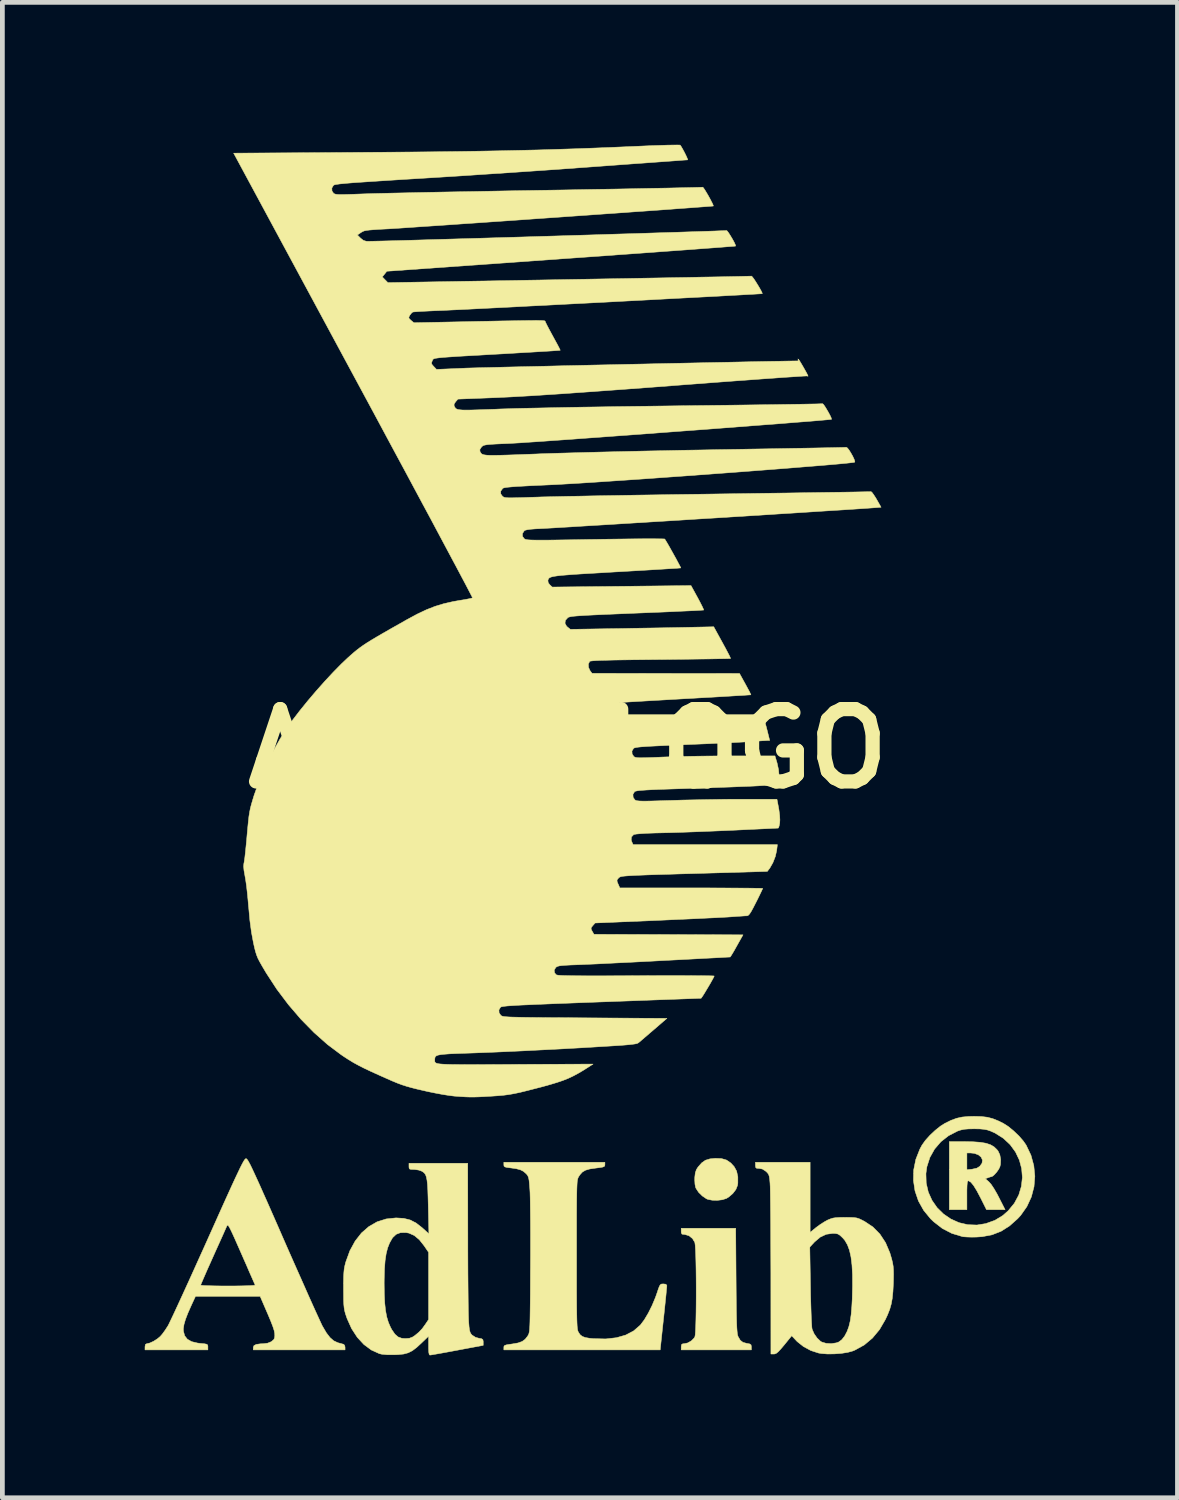
<source format=kicad_pcb>
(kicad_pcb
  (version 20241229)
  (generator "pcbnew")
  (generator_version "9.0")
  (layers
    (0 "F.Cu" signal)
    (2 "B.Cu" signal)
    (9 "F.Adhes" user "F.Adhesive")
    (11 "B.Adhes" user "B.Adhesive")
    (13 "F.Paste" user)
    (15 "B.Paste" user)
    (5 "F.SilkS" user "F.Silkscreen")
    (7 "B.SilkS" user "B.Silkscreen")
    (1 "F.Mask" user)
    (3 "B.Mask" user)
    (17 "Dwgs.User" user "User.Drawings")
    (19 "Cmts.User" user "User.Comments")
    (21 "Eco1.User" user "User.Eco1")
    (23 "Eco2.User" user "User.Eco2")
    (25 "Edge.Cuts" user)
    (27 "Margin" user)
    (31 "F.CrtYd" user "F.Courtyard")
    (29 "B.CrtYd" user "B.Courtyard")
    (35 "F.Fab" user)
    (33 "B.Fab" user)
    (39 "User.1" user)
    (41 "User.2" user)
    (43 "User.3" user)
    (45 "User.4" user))
  (footprint "ADLIB_LOGO"
    (layer "F.Cu")
    (at 8.913 12.725)
    (property "Reference" "ADLIB_LOGO" (at 0 0 0) (layer "F.SilkS") (effects (font (size 1.524 1.524) (thickness 0.3))))
    (attr through_hole)
    (fp_poly (pts (xy 3.239 8.636) (xy 3.345 8.667) (xy 3.435 8.729) (xy 3.505 8.805) (xy 3.557 8.9) (xy 3.583 9.02) (xy 3.583 9.153) (xy 3.576 9.201) (xy 3.542 9.287) (xy 3.477 9.372) (xy 3.392 9.445) (xy 3.344 9.475) (xy 3.257 9.503) (xy 3.151 9.516) (xy 3.043 9.513) (xy 2.951 9.495) (xy 2.922 9.483) (xy 2.834 9.423) (xy 2.756 9.346) (xy 2.703 9.265) (xy 2.692 9.239) (xy 2.68 9.176) (xy 2.675 9.092) (xy 2.676 9.028) (xy 2.687 8.936) (xy 2.71 8.868) (xy 2.744 8.815) (xy 2.821 8.727) (xy 2.9 8.671) (xy 2.995 8.642) (xy 3.107 8.631) (xy 3.239 8.636)) (stroke (width 0.01) (type solid)) (fill yes) (layer "F.SilkS"))
    (fp_poly (pts (xy 3.546 11.206) (xy 3.548 11.459) (xy 3.55 11.673) (xy 3.552 11.85) (xy 3.555 11.994) (xy 3.558 12.11) (xy 3.562 12.2) (xy 3.567 12.268) (xy 3.572 12.319) (xy 3.578 12.354) (xy 3.586 12.379) (xy 3.588 12.385) (xy 3.633 12.463) (xy 3.689 12.507) (xy 3.771 12.53) (xy 3.78 12.531) (xy 3.836 12.542) (xy 3.861 12.561) (xy 3.868 12.598) (xy 3.868 12.605) (xy 3.868 12.667) (xy 2.39 12.667) (xy 2.39 12.602) (xy 2.396 12.556) (xy 2.421 12.539) (xy 2.45 12.537) (xy 2.527 12.52) (xy 2.605 12.475) (xy 2.663 12.416) (xy 2.678 12.39) (xy 2.685 12.352) (xy 2.691 12.275) (xy 2.696 12.166) (xy 2.7 12.031) (xy 2.703 11.875) (xy 2.705 11.704) (xy 2.706 11.523) (xy 2.706 11.338) (xy 2.705 11.155) (xy 2.703 10.98) (xy 2.7 10.817) (xy 2.696 10.673) (xy 2.691 10.553) (xy 2.685 10.463) (xy 2.678 10.409) (xy 2.676 10.401) (xy 2.627 10.32) (xy 2.553 10.261) (xy 2.466 10.235) (xy 2.45 10.234) (xy 2.407 10.228) (xy 2.392 10.2) (xy 2.39 10.169) (xy 2.39 10.104) (xy 3.538 10.104) (xy 3.546 11.206)) (stroke (width 0.01) (type solid)) (fill yes) (layer "F.SilkS"))
    (fp_poly (pts (xy 8.541 8.282) (xy 8.692 8.293) (xy 8.812 8.313) (xy 8.907 8.345) (xy 8.982 8.389) (xy 9.043 8.448) (xy 9.066 8.477) (xy 9.103 8.555) (xy 9.121 8.654) (xy 9.117 8.756) (xy 9.105 8.807) (xy 9.079 8.86) (xy 9.038 8.919) (xy 8.991 8.972) (xy 8.949 9.008) (xy 8.927 9.017) (xy 8.897 9.024) (xy 8.855 9.039) (xy 8.798 9.06) (xy 8.874 9.127) (xy 8.922 9.182) (xy 8.981 9.271) (xy 9.049 9.389) (xy 9.082 9.453) (xy 9.214 9.712) (xy 8.822 9.712) (xy 8.7 9.468) (xy 8.619 9.315) (xy 8.55 9.203) (xy 8.492 9.133) (xy 8.445 9.105) (xy 8.437 9.104) (xy 8.425 9.114) (xy 8.417 9.146) (xy 8.412 9.206) (xy 8.409 9.3) (xy 8.409 9.408) (xy 8.409 9.712) (xy 8.039 9.712) (xy 8.039 8.517) (xy 8.409 8.517) (xy 8.409 8.871) (xy 8.518 8.86) (xy 8.62 8.837) (xy 8.681 8.799) (xy 8.728 8.733) (xy 8.737 8.667) (xy 8.71 8.607) (xy 8.653 8.558) (xy 8.568 8.526) (xy 8.482 8.517) (xy 8.409 8.517) (xy 8.039 8.517) (xy 8.039 8.278) (xy 8.353 8.278) (xy 8.541 8.282)) (stroke (width 0.01) (type solid)) (fill yes) (layer "F.SilkS"))
    (fp_poly (pts (xy 8.714 7.75) (xy 8.84 7.765) (xy 8.955 7.795) (xy 9.074 7.843) (xy 9.179 7.895) (xy 9.282 7.961) (xy 9.394 8.053) (xy 9.504 8.158) (xy 9.598 8.266) (xy 9.658 8.353) (xy 9.759 8.565) (xy 9.819 8.785) (xy 9.841 9.008) (xy 9.823 9.23) (xy 9.767 9.444) (xy 9.673 9.647) (xy 9.542 9.833) (xy 9.478 9.903) (xy 9.307 10.055) (xy 9.13 10.167) (xy 8.941 10.241) (xy 8.732 10.281) (xy 8.615 10.289) (xy 8.511 10.291) (xy 8.414 10.288) (xy 8.337 10.283) (xy 8.311 10.278) (xy 8.092 10.212) (xy 7.893 10.109) (xy 7.709 9.966) (xy 7.645 9.905) (xy 7.498 9.726) (xy 7.388 9.529) (xy 7.316 9.318) (xy 7.283 9.099) (xy 7.286 8.952) (xy 7.546 8.952) (xy 7.552 9.153) (xy 7.596 9.343) (xy 7.674 9.516) (xy 7.782 9.671) (xy 7.916 9.803) (xy 8.071 9.909) (xy 8.243 9.986) (xy 8.428 10.029) (xy 8.621 10.036) (xy 8.806 10.006) (xy 8.999 9.937) (xy 9.167 9.835) (xy 9.278 9.737) (xy 9.409 9.578) (xy 9.502 9.404) (xy 9.557 9.221) (xy 9.578 9.035) (xy 9.563 8.848) (xy 9.515 8.668) (xy 9.434 8.498) (xy 9.321 8.343) (xy 9.178 8.209) (xy 9.006 8.1) (xy 8.911 8.057) (xy 8.841 8.033) (xy 8.769 8.019) (xy 8.682 8.011) (xy 8.566 8.009) (xy 8.561 8.009) (xy 8.443 8.011) (xy 8.355 8.018) (xy 8.283 8.033) (xy 8.213 8.056) (xy 8.211 8.057) (xy 8.023 8.154) (xy 7.861 8.281) (xy 7.728 8.436) (xy 7.629 8.613) (xy 7.566 8.808) (xy 7.546 8.952) (xy 7.286 8.952) (xy 7.288 8.876) (xy 7.333 8.653) (xy 7.418 8.437) (xy 7.463 8.353) (xy 7.534 8.253) (xy 7.631 8.145) (xy 7.742 8.041) (xy 7.853 7.952) (xy 7.943 7.895) (xy 8.075 7.83) (xy 8.192 7.787) (xy 8.308 7.761) (xy 8.439 7.749) (xy 8.561 7.746) (xy 8.714 7.75)) (stroke (width 0.01) (type solid)) (fill yes) (layer "F.SilkS"))
    (fp_poly (pts (xy 0.782 8.763) (xy 0.779 8.788) (xy 0.765 8.804) (xy 0.732 8.816) (xy 0.671 8.826) (xy 0.585 8.837) (xy 0.462 8.855) (xy 0.373 8.881) (xy 0.307 8.92) (xy 0.256 8.977) (xy 0.228 9.019) (xy 0.22 9.035) (xy 0.213 9.052) (xy 0.207 9.074) (xy 0.201 9.105) (xy 0.197 9.148) (xy 0.194 9.205) (xy 0.191 9.28) (xy 0.189 9.375) (xy 0.187 9.495) (xy 0.186 9.641) (xy 0.185 9.818) (xy 0.185 10.027) (xy 0.185 10.273) (xy 0.185 10.559) (xy 0.185 10.658) (xy 0.185 10.957) (xy 0.185 11.217) (xy 0.185 11.439) (xy 0.186 11.626) (xy 0.187 11.783) (xy 0.189 11.911) (xy 0.191 12.015) (xy 0.194 12.097) (xy 0.197 12.159) (xy 0.201 12.206) (xy 0.206 12.241) (xy 0.212 12.265) (xy 0.219 12.283) (xy 0.223 12.292) (xy 0.259 12.346) (xy 0.306 12.383) (xy 0.371 12.407) (xy 0.465 12.423) (xy 0.543 12.43) (xy 0.8 12.436) (xy 1.026 12.41) (xy 1.221 12.354) (xy 1.387 12.267) (xy 1.523 12.149) (xy 1.532 12.14) (xy 1.613 12.032) (xy 1.696 11.892) (xy 1.776 11.732) (xy 1.847 11.562) (xy 1.882 11.463) (xy 1.911 11.375) (xy 1.933 11.32) (xy 1.953 11.291) (xy 1.976 11.279) (xy 2.009 11.277) (xy 2.014 11.277) (xy 2.066 11.283) (xy 2.086 11.306) (xy 2.087 11.315) (xy 2.085 11.345) (xy 2.078 11.413) (xy 2.069 11.513) (xy 2.056 11.64) (xy 2.041 11.786) (xy 2.024 11.948) (xy 2.017 12.01) (xy 1.947 12.667) (xy -1.347 12.667) (xy -1.347 12.616) (xy -1.344 12.59) (xy -1.329 12.573) (xy -1.294 12.561) (xy -1.229 12.55) (xy -1.17 12.542) (xy -1.05 12.521) (xy -0.963 12.49) (xy -0.898 12.443) (xy -0.845 12.376) (xy -0.837 12.361) (xy -0.828 12.345) (xy -0.82 12.326) (xy -0.814 12.301) (xy -0.808 12.267) (xy -0.804 12.221) (xy -0.8 12.158) (xy -0.797 12.077) (xy -0.795 11.973) (xy -0.793 11.843) (xy -0.791 11.683) (xy -0.789 11.492) (xy -0.788 11.264) (xy -0.787 10.997) (xy -0.786 10.918) (xy -0.785 10.669) (xy -0.785 10.426) (xy -0.785 10.194) (xy -0.786 9.977) (xy -0.788 9.779) (xy -0.79 9.607) (xy -0.792 9.464) (xy -0.795 9.354) (xy -0.799 9.284) (xy -0.799 9.283) (xy -0.808 9.17) (xy -0.816 9.091) (xy -0.827 9.038) (xy -0.841 9.001) (xy -0.862 8.971) (xy -0.88 8.952) (xy -0.934 8.905) (xy -1 8.872) (xy -1.087 8.849) (xy -1.206 8.832) (xy -1.211 8.832) (xy -1.286 8.822) (xy -1.326 8.811) (xy -1.344 8.793) (xy -1.347 8.765) (xy -1.347 8.713) (xy 0.782 8.713) (xy 0.782 8.763)) (stroke (width 0.01) (type solid)) (fill yes) (layer "F.SilkS"))
    (fp_poly (pts (xy 5.106 10.191) (xy 5.231 10.089) (xy 5.314 10.028) (xy 5.406 9.969) (xy 5.475 9.931) (xy 5.533 9.907) (xy 5.586 9.89) (xy 5.647 9.881) (xy 5.728 9.876) (xy 5.839 9.875) (xy 5.845 9.875) (xy 5.953 9.876) (xy 6.03 9.879) (xy 6.087 9.887) (xy 6.138 9.903) (xy 6.193 9.929) (xy 6.253 9.96) (xy 6.429 10.077) (xy 6.576 10.226) (xy 6.695 10.407) (xy 6.786 10.621) (xy 6.825 10.754) (xy 6.844 10.833) (xy 6.856 10.905) (xy 6.862 10.981) (xy 6.864 11.072) (xy 6.862 11.189) (xy 6.86 11.264) (xy 6.851 11.438) (xy 6.837 11.579) (xy 6.815 11.7) (xy 6.783 11.813) (xy 6.737 11.929) (xy 6.692 12.026) (xy 6.568 12.239) (xy 6.419 12.418) (xy 6.246 12.563) (xy 6.05 12.671) (xy 6.004 12.69) (xy 5.899 12.719) (xy 5.766 12.74) (xy 5.619 12.751) (xy 5.473 12.753) (xy 5.342 12.743) (xy 5.283 12.733) (xy 5.12 12.68) (xy 4.965 12.596) (xy 4.833 12.491) (xy 4.815 12.472) (xy 4.718 12.369) (xy 4.561 12.562) (xy 4.488 12.648) (xy 4.435 12.705) (xy 4.395 12.738) (xy 4.362 12.752) (xy 4.342 12.754) (xy 4.28 12.754) (xy 4.279 11.054) (xy 4.278 10.781) (xy 4.277 10.516) (xy 4.277 10.501) (xy 5.099 10.501) (xy 5.113 11.329) (xy 5.116 11.519) (xy 5.121 11.698) (xy 5.126 11.859) (xy 5.131 11.998) (xy 5.137 12.11) (xy 5.142 12.189) (xy 5.148 12.23) (xy 5.148 12.231) (xy 5.19 12.327) (xy 5.252 12.416) (xy 5.322 12.483) (xy 5.352 12.502) (xy 5.444 12.529) (xy 5.552 12.535) (xy 5.657 12.519) (xy 5.706 12.502) (xy 5.773 12.453) (xy 5.833 12.377) (xy 5.838 12.368) (xy 5.886 12.276) (xy 5.923 12.174) (xy 5.951 12.058) (xy 5.971 11.918) (xy 5.985 11.747) (xy 5.993 11.603) (xy 6 11.324) (xy 5.999 11.084) (xy 5.988 10.88) (xy 5.967 10.709) (xy 5.935 10.567) (xy 5.892 10.452) (xy 5.838 10.359) (xy 5.791 10.305) (xy 5.735 10.252) (xy 5.691 10.225) (xy 5.641 10.214) (xy 5.583 10.212) (xy 5.446 10.231) (xy 5.32 10.29) (xy 5.202 10.39) (xy 5.191 10.401) (xy 5.099 10.501) (xy 4.277 10.501) (xy 4.276 10.264) (xy 4.275 10.028) (xy 4.273 9.812) (xy 4.271 9.62) (xy 4.269 9.456) (xy 4.267 9.323) (xy 4.265 9.225) (xy 4.262 9.167) (xy 4.262 9.162) (xy 4.254 9.068) (xy 4.244 9.007) (xy 4.229 8.966) (xy 4.205 8.934) (xy 4.177 8.906) (xy 4.1 8.856) (xy 4.03 8.843) (xy 3.979 8.84) (xy 3.958 8.821) (xy 3.954 8.778) (xy 3.954 8.713) (xy 5.106 8.713) (xy 5.106 10.191)) (stroke (width 0.01) (type solid)) (fill yes) (layer "F.SilkS"))
    (fp_poly (pts (xy -2.106 10.294) (xy -2.106 10.557) (xy -2.105 10.812) (xy -2.104 11.056) (xy -2.102 11.284) (xy -2.1 11.492) (xy -2.098 11.676) (xy -2.096 11.831) (xy -2.093 11.954) (xy -2.09 12.04) (xy -2.088 12.077) (xy -2.08 12.18) (xy -2.07 12.251) (xy -2.057 12.298) (xy -2.038 12.331) (xy -2.017 12.355) (xy -1.944 12.402) (xy -1.872 12.422) (xy -1.815 12.432) (xy -1.789 12.451) (xy -1.782 12.487) (xy -1.782 12.503) (xy -1.782 12.571) (xy -2.33 12.674) (xy -2.48 12.702) (xy -2.616 12.727) (xy -2.733 12.748) (xy -2.825 12.764) (xy -2.884 12.774) (xy -2.906 12.776) (xy -2.92 12.762) (xy -2.929 12.717) (xy -2.933 12.636) (xy -2.933 12.577) (xy -2.933 12.378) (xy -3.08 12.519) (xy -3.185 12.616) (xy -3.275 12.684) (xy -3.362 12.728) (xy -3.457 12.754) (xy -3.573 12.766) (xy -3.65 12.769) (xy -3.803 12.769) (xy -3.918 12.758) (xy -3.97 12.746) (xy -4.141 12.668) (xy -4.297 12.552) (xy -4.436 12.401) (xy -4.555 12.218) (xy -4.649 12.009) (xy -4.666 11.961) (xy -4.687 11.897) (xy -4.702 11.839) (xy -4.712 11.781) (xy -4.719 11.713) (xy -4.723 11.626) (xy -4.724 11.511) (xy -4.725 11.385) (xy -4.725 11.26) (xy -3.869 11.26) (xy -3.866 11.487) (xy -3.857 11.677) (xy -3.84 11.836) (xy -3.815 11.97) (xy -3.78 12.086) (xy -3.735 12.19) (xy -3.707 12.242) (xy -3.642 12.336) (xy -3.575 12.394) (xy -3.496 12.423) (xy -3.422 12.428) (xy -3.338 12.422) (xy -3.272 12.397) (xy -3.224 12.366) (xy -3.138 12.295) (xy -3.064 12.216) (xy -2.991 12.114) (xy -2.933 12.027) (xy -2.933 10.611) (xy -3.026 10.474) (xy -3.128 10.345) (xy -3.235 10.256) (xy -3.348 10.206) (xy -3.41 10.195) (xy -3.525 10.197) (xy -3.615 10.231) (xy -3.686 10.298) (xy -3.701 10.319) (xy -3.754 10.413) (xy -3.796 10.518) (xy -3.827 10.641) (xy -3.849 10.787) (xy -3.862 10.962) (xy -3.868 11.171) (xy -3.869 11.26) (xy -4.725 11.26) (xy -4.725 11.237) (xy -4.723 11.123) (xy -4.718 11.035) (xy -4.711 10.964) (xy -4.699 10.9) (xy -4.683 10.835) (xy -4.676 10.811) (xy -4.591 10.577) (xy -4.48 10.374) (xy -4.347 10.204) (xy -4.192 10.069) (xy -4.019 9.969) (xy -3.828 9.908) (xy -3.622 9.886) (xy -3.615 9.886) (xy -3.455 9.896) (xy -3.32 9.93) (xy -3.197 9.993) (xy -3.073 10.089) (xy -3.063 10.098) (xy -2.926 10.222) (xy -2.939 9.643) (xy -2.944 9.452) (xy -2.949 9.3) (xy -2.956 9.182) (xy -2.966 9.092) (xy -2.979 9.026) (xy -2.996 8.978) (xy -3.019 8.944) (xy -3.048 8.919) (xy -3.084 8.898) (xy -3.085 8.898) (xy -3.147 8.877) (xy -3.225 8.866) (xy -3.247 8.865) (xy -3.308 8.863) (xy -3.337 8.853) (xy -3.345 8.825) (xy -3.346 8.8) (xy -3.346 8.735) (xy -2.108 8.735) (xy -2.106 10.294)) (stroke (width 0.01) (type solid)) (fill yes) (layer "F.SilkS"))
    (fp_poly (pts (xy -6.77 8.64) (xy -6.757 8.653) (xy -6.74 8.676) (xy -6.719 8.713) (xy -6.691 8.765) (xy -6.656 8.837) (xy -6.613 8.928) (xy -6.56 9.044) (xy -6.496 9.184) (xy -6.421 9.353) (xy -6.332 9.552) (xy -6.23 9.784) (xy -6.112 10.052) (xy -5.997 10.316) (xy -5.883 10.576) (xy -5.772 10.827) (xy -5.665 11.068) (xy -5.565 11.293) (xy -5.473 11.501) (xy -5.39 11.686) (xy -5.317 11.848) (xy -5.256 11.981) (xy -5.209 12.083) (xy -5.178 12.15) (xy -5.167 12.17) (xy -5.086 12.308) (xy -5.009 12.408) (xy -4.932 12.475) (xy -4.849 12.514) (xy -4.84 12.517) (xy -4.777 12.534) (xy -4.73 12.547) (xy -4.72 12.55) (xy -4.7 12.575) (xy -4.693 12.612) (xy -4.693 12.667) (xy -6.627 12.667) (xy -6.627 12.616) (xy -6.612 12.576) (xy -6.563 12.551) (xy -6.478 12.539) (xy -6.417 12.537) (xy -6.324 12.525) (xy -6.245 12.493) (xy -6.193 12.447) (xy -6.18 12.418) (xy -6.173 12.372) (xy -6.175 12.319) (xy -6.188 12.254) (xy -6.215 12.171) (xy -6.257 12.063) (xy -6.315 11.924) (xy -6.336 11.876) (xy -6.482 11.538) (xy -7.844 11.538) (xy -7.932 11.728) (xy -8.005 11.893) (xy -8.056 12.026) (xy -8.087 12.134) (xy -8.1 12.221) (xy -8.098 12.272) (xy -8.072 12.369) (xy -8.015 12.442) (xy -7.925 12.493) (xy -7.799 12.523) (xy -7.734 12.531) (xy -7.655 12.538) (xy -7.61 12.547) (xy -7.589 12.562) (xy -7.583 12.587) (xy -7.583 12.605) (xy -7.583 12.667) (xy -8.908 12.667) (xy -8.908 12.602) (xy -8.9 12.553) (xy -8.873 12.537) (xy -8.87 12.537) (xy -8.807 12.522) (xy -8.727 12.485) (xy -8.647 12.434) (xy -8.587 12.384) (xy -8.539 12.328) (xy -8.483 12.251) (xy -8.43 12.169) (xy -8.428 12.167) (xy -8.406 12.125) (xy -8.368 12.046) (xy -8.315 11.935) (xy -8.249 11.793) (xy -8.171 11.624) (xy -8.083 11.432) (xy -8.024 11.303) (xy -7.735 11.303) (xy -7.714 11.307) (xy -7.656 11.312) (xy -7.565 11.315) (xy -7.448 11.318) (xy -7.31 11.32) (xy -7.158 11.32) (xy -7.005 11.32) (xy -6.868 11.318) (xy -6.752 11.315) (xy -6.663 11.311) (xy -6.606 11.307) (xy -6.587 11.302) (xy -6.597 11.278) (xy -6.623 11.219) (xy -6.662 11.13) (xy -6.712 11.017) (xy -6.77 10.882) (xy -6.836 10.733) (xy -6.876 10.641) (xy -6.954 10.464) (xy -7.016 10.324) (xy -7.065 10.216) (xy -7.102 10.138) (xy -7.13 10.084) (xy -7.15 10.053) (xy -7.164 10.04) (xy -7.174 10.041) (xy -7.182 10.053) (xy -7.183 10.056) (xy -7.199 10.091) (xy -7.229 10.159) (xy -7.272 10.256) (xy -7.326 10.376) (xy -7.388 10.513) (xy -7.455 10.662) (xy -7.472 10.7) (xy -7.538 10.848) (xy -7.599 10.984) (xy -7.651 11.103) (xy -7.692 11.198) (xy -7.721 11.265) (xy -7.734 11.3) (xy -7.735 11.303) (xy -8.024 11.303) (xy -7.986 11.22) (xy -7.882 10.99) (xy -7.772 10.746) (xy -7.657 10.492) (xy -7.584 10.329) (xy -7.449 10.028) (xy -7.331 9.764) (xy -7.228 9.535) (xy -7.139 9.339) (xy -7.063 9.172) (xy -6.999 9.034) (xy -6.945 8.921) (xy -6.902 8.83) (xy -6.867 8.761) (xy -6.839 8.709) (xy -6.818 8.674) (xy -6.801 8.651) (xy -6.789 8.64) (xy -6.78 8.637) (xy -6.77 8.64)) (stroke (width 0.01) (type solid)) (fill yes) (layer "F.SilkS"))
    (fp_poly (pts (xy 2.356 -12.719) (xy 2.369 -12.717) (xy 2.393 -12.682) (xy 2.425 -12.626) (xy 2.46 -12.561) (xy 2.492 -12.496) (xy 2.516 -12.442) (xy 2.527 -12.411) (xy 2.526 -12.407) (xy 2.502 -12.405) (xy 2.437 -12.401) (xy 2.336 -12.393) (xy 2.201 -12.383) (xy 2.035 -12.371) (xy 1.841 -12.357) (xy 1.623 -12.341) (xy 1.383 -12.324) (xy 1.125 -12.305) (xy 0.852 -12.285) (xy 0.594 -12.266) (xy 0.251 -12.241) (xy -0.123 -12.214) (xy -0.518 -12.186) (xy -0.927 -12.158) (xy -1.341 -12.13) (xy -1.752 -12.103) (xy -2.151 -12.076) (xy -2.529 -12.052) (xy -2.879 -12.03) (xy -3.108 -12.016) (xy -3.434 -11.996) (xy -3.719 -11.978) (xy -3.966 -11.962) (xy -4.178 -11.948) (xy -4.357 -11.936) (xy -4.506 -11.926) (xy -4.628 -11.916) (xy -4.725 -11.907) (xy -4.8 -11.9) (xy -4.856 -11.892) (xy -4.895 -11.886) (xy -4.92 -11.879) (xy -4.934 -11.872) (xy -4.936 -11.871) (xy -4.971 -11.814) (xy -4.968 -11.751) (xy -4.935 -11.703) (xy -4.92 -11.693) (xy -4.899 -11.685) (xy -4.866 -11.679) (xy -4.817 -11.676) (xy -4.746 -11.676) (xy -4.649 -11.678) (xy -4.519 -11.682) (xy -4.353 -11.688) (xy -4.3 -11.69) (xy -4.208 -11.693) (xy -4.076 -11.697) (xy -3.907 -11.701) (xy -3.703 -11.706) (xy -3.467 -11.711) (xy -3.203 -11.717) (xy -2.913 -11.723) (xy -2.601 -11.729) (xy -2.269 -11.735) (xy -1.921 -11.741) (xy -1.559 -11.748) (xy -1.186 -11.755) (xy -0.806 -11.761) (xy -0.436 -11.767) (xy -0.063 -11.773) (xy 0.299 -11.78) (xy 0.646 -11.786) (xy 0.977 -11.791) (xy 1.288 -11.797) (xy 1.578 -11.803) (xy 1.845 -11.808) (xy 2.085 -11.812) (xy 2.296 -11.817) (xy 2.477 -11.821) (xy 2.624 -11.824) (xy 2.735 -11.827) (xy 2.809 -11.829) (xy 2.842 -11.831) (xy 2.843 -11.831) (xy 2.858 -11.818) (xy 2.888 -11.774) (xy 2.929 -11.706) (xy 2.967 -11.641) (xy 3.012 -11.558) (xy 3.046 -11.491) (xy 3.065 -11.447) (xy 3.066 -11.434) (xy 3.042 -11.432) (xy 2.978 -11.427) (xy 2.876 -11.419) (xy 2.739 -11.409) (xy 2.57 -11.396) (xy 2.371 -11.382) (xy 2.147 -11.365) (xy 1.898 -11.347) (xy 1.629 -11.328) (xy 1.342 -11.308) (xy 1.04 -11.286) (xy 0.725 -11.264) (xy 0.401 -11.241) (xy 0.07 -11.218) (xy -0.265 -11.194) (xy -0.6 -11.171) (xy -0.934 -11.147) (xy -1.264 -11.124) (xy -1.586 -11.102) (xy -1.897 -11.08) (xy -2.196 -11.06) (xy -2.479 -11.04) (xy -2.743 -11.022) (xy -2.985 -11.006) (xy -3.204 -10.991) (xy -3.395 -10.978) (xy -3.556 -10.967) (xy -3.684 -10.959) (xy -3.776 -10.953) (xy -3.819 -10.951) (xy -3.974 -10.943) (xy -4.091 -10.935) (xy -4.178 -10.928) (xy -4.241 -10.92) (xy -4.286 -10.911) (xy -4.319 -10.898) (xy -4.347 -10.882) (xy -4.357 -10.876) (xy -4.433 -10.824) (xy -4.366 -10.757) (xy -4.308 -10.711) (xy -4.248 -10.692) (xy -4.208 -10.69) (xy -4.159 -10.691) (xy -4.07 -10.693) (xy -3.945 -10.696) (xy -3.787 -10.7) (xy -3.597 -10.705) (xy -3.38 -10.711) (xy -3.137 -10.718) (xy -2.871 -10.726) (xy -2.585 -10.734) (xy -2.281 -10.743) (xy -1.963 -10.752) (xy -1.633 -10.762) (xy -1.294 -10.772) (xy -0.948 -10.782) (xy -0.598 -10.793) (xy -0.246 -10.803) (xy 0.103 -10.814) (xy 0.449 -10.824) (xy 0.788 -10.835) (xy 1.117 -10.845) (xy 1.434 -10.854) (xy 1.736 -10.864) (xy 2.02 -10.873) (xy 2.285 -10.881) (xy 2.526 -10.889) (xy 2.741 -10.896) (xy 2.928 -10.902) (xy 3.084 -10.907) (xy 3.206 -10.912) (xy 3.291 -10.915) (xy 3.338 -10.917) (xy 3.346 -10.918) (xy 3.362 -10.905) (xy 3.392 -10.864) (xy 3.43 -10.804) (xy 3.47 -10.737) (xy 3.505 -10.673) (xy 3.529 -10.621) (xy 3.537 -10.593) (xy 3.536 -10.591) (xy 3.514 -10.588) (xy 3.451 -10.583) (xy 3.348 -10.575) (xy 3.21 -10.564) (xy 3.036 -10.551) (xy 2.831 -10.536) (xy 2.595 -10.518) (xy 2.332 -10.499) (xy 2.044 -10.478) (xy 1.732 -10.455) (xy 1.399 -10.431) (xy 1.048 -10.406) (xy 0.68 -10.379) (xy 0.298 -10.352) (xy -0.096 -10.324) (xy -0.142 -10.321) (xy -3.812 -10.06) (xy -3.86 -10) (xy -3.908 -9.941) (xy -3.849 -9.88) (xy -3.79 -9.82) (xy 0.029 -9.886) (xy 0.433 -9.893) (xy 0.826 -9.9) (xy 1.204 -9.906) (xy 1.567 -9.913) (xy 1.912 -9.919) (xy 2.236 -9.925) (xy 2.537 -9.93) (xy 2.814 -9.936) (xy 3.063 -9.94) (xy 3.284 -9.944) (xy 3.472 -9.948) (xy 3.627 -9.951) (xy 3.746 -9.954) (xy 3.827 -9.956) (xy 3.867 -9.957) (xy 3.872 -9.957) (xy 3.889 -9.941) (xy 3.922 -9.898) (xy 3.963 -9.835) (xy 4.007 -9.764) (xy 4.048 -9.695) (xy 4.08 -9.636) (xy 4.097 -9.597) (xy 4.098 -9.588) (xy 4.076 -9.586) (xy 4.013 -9.582) (xy 3.913 -9.576) (xy 3.778 -9.569) (xy 3.611 -9.559) (xy 3.414 -9.549) (xy 3.191 -9.536) (xy 2.945 -9.523) (xy 2.678 -9.509) (xy 2.393 -9.494) (xy 2.093 -9.478) (xy 1.781 -9.461) (xy 1.459 -9.444) (xy 1.131 -9.427) (xy 0.799 -9.409) (xy 0.467 -9.392) (xy 0.136 -9.375) (xy -0.19 -9.358) (xy -0.508 -9.341) (xy -0.816 -9.326) (xy -1.11 -9.31) (xy -1.388 -9.296) (xy -1.647 -9.283) (xy -1.885 -9.271) (xy -2.098 -9.26) (xy -2.283 -9.251) (xy -2.438 -9.244) (xy -2.559 -9.238) (xy -2.645 -9.234) (xy -2.647 -9.234) (xy -2.804 -9.228) (xy -2.947 -9.221) (xy -3.071 -9.215) (xy -3.169 -9.209) (xy -3.237 -9.204) (xy -3.266 -9.2) (xy -3.267 -9.2) (xy -3.296 -9.175) (xy -3.328 -9.133) (xy -3.349 -9.092) (xy -3.344 -9.065) (xy -3.311 -9.032) (xy -3.303 -9.025) (xy -3.243 -8.975) (xy -2.214 -8.996) (xy -1.898 -9.003) (xy -1.622 -9.008) (xy -1.385 -9.013) (xy -1.182 -9.016) (xy -1.012 -9.019) (xy -0.872 -9.021) (xy -0.758 -9.022) (xy -0.668 -9.023) (xy -0.6 -9.022) (xy -0.549 -9.021) (xy -0.515 -9.019) (xy -0.493 -9.016) (xy -0.482 -9.012) (xy -0.478 -9.008) (xy -0.477 -9.006) (xy -0.467 -8.981) (xy -0.439 -8.924) (xy -0.397 -8.844) (xy -0.345 -8.747) (xy -0.315 -8.692) (xy -0.26 -8.591) (xy -0.213 -8.505) (xy -0.179 -8.439) (xy -0.161 -8.401) (xy -0.159 -8.395) (xy -0.181 -8.392) (xy -0.243 -8.388) (xy -0.339 -8.381) (xy -0.468 -8.373) (xy -0.623 -8.364) (xy -0.802 -8.353) (xy -1 -8.342) (xy -1.214 -8.329) (xy -1.315 -8.323) (xy -1.608 -8.307) (xy -1.86 -8.292) (xy -2.075 -8.28) (xy -2.255 -8.27) (xy -2.405 -8.26) (xy -2.526 -8.252) (xy -2.622 -8.245) (xy -2.696 -8.238) (xy -2.751 -8.231) (xy -2.79 -8.225) (xy -2.816 -8.218) (xy -2.832 -8.21) (xy -2.842 -8.201) (xy -2.847 -8.191) (xy -2.852 -8.179) (xy -2.855 -8.173) (xy -2.871 -8.132) (xy -2.865 -8.101) (xy -2.831 -8.06) (xy -2.825 -8.054) (xy -2.766 -7.992) (xy -2.203 -8.016) (xy -2.14 -8.019) (xy -2.037 -8.022) (xy -1.897 -8.026) (xy -1.722 -8.03) (xy -1.516 -8.035) (xy -1.282 -8.041) (xy -1.023 -8.047) (xy -0.741 -8.053) (xy -0.441 -8.06) (xy -0.124 -8.068) (xy 0.205 -8.075) (xy 0.544 -8.083) (xy 0.89 -8.09) (xy 1.24 -8.098) (xy 1.59 -8.105) (xy 1.938 -8.113) (xy 2.281 -8.12) (xy 2.615 -8.127) (xy 2.938 -8.134) (xy 3.246 -8.14) (xy 3.537 -8.146) (xy 3.806 -8.152) (xy 4.053 -8.157) (xy 4.272 -8.161) (xy 4.461 -8.164) (xy 4.618 -8.167) (xy 4.739 -8.169) (xy 4.821 -8.17) (xy 4.844 -8.17) (xy 4.859 -8.184) (xy 4.854 -8.197) (xy 4.849 -8.212) (xy 4.863 -8.202) (xy 4.881 -8.177) (xy 4.913 -8.125) (xy 4.953 -8.057) (xy 4.994 -7.985) (xy 5.03 -7.92) (xy 5.055 -7.871) (xy 5.063 -7.85) (xy 5.049 -7.85) (xy 5.043 -7.853) (xy 5.019 -7.853) (xy 4.955 -7.85) (xy 4.852 -7.843) (xy 4.714 -7.834) (xy 4.543 -7.823) (xy 4.341 -7.808) (xy 4.111 -7.792) (xy 3.856 -7.773) (xy 3.578 -7.753) (xy 3.28 -7.731) (xy 2.964 -7.707) (xy 2.633 -7.682) (xy 2.29 -7.656) (xy 2.202 -7.649) (xy 1.662 -7.608) (xy 1.165 -7.571) (xy 0.708 -7.538) (xy 0.292 -7.508) (xy -0.085 -7.481) (xy -0.423 -7.459) (xy -0.724 -7.439) (xy -0.989 -7.424) (xy -1.219 -7.411) (xy -1.414 -7.402) (xy -1.467 -7.399) (xy -2.314 -7.366) (xy -2.363 -7.31) (xy -2.395 -7.262) (xy -2.395 -7.223) (xy -2.391 -7.216) (xy -2.379 -7.193) (xy -2.365 -7.174) (xy -2.346 -7.159) (xy -2.318 -7.148) (xy -2.277 -7.141) (xy -2.218 -7.136) (xy -2.138 -7.135) (xy -2.033 -7.136) (xy -1.898 -7.14) (xy -1.73 -7.146) (xy -1.524 -7.153) (xy -1.419 -7.158) (xy -1.28 -7.162) (xy -1.101 -7.168) (xy -0.886 -7.173) (xy -0.638 -7.178) (xy -0.36 -7.184) (xy -0.056 -7.19) (xy 0.271 -7.196) (xy 0.617 -7.201) (xy 0.978 -7.207) (xy 1.352 -7.212) (xy 1.735 -7.217) (xy 2.123 -7.222) (xy 2.41 -7.226) (xy 2.764 -7.23) (xy 3.106 -7.234) (xy 3.434 -7.238) (xy 3.744 -7.242) (xy 4.036 -7.246) (xy 4.305 -7.249) (xy 4.55 -7.253) (xy 4.767 -7.256) (xy 4.955 -7.259) (xy 5.111 -7.262) (xy 5.233 -7.264) (xy 5.317 -7.267) (xy 5.362 -7.268) (xy 5.368 -7.269) (xy 5.385 -7.256) (xy 5.415 -7.215) (xy 5.452 -7.155) (xy 5.491 -7.088) (xy 5.526 -7.023) (xy 5.55 -6.971) (xy 5.558 -6.943) (xy 5.557 -6.941) (xy 5.534 -6.937) (xy 5.471 -6.931) (xy 5.369 -6.922) (xy 5.233 -6.91) (xy 5.065 -6.896) (xy 4.868 -6.881) (xy 4.644 -6.863) (xy 4.397 -6.843) (xy 4.129 -6.823) (xy 3.843 -6.801) (xy 3.543 -6.778) (xy 3.23 -6.754) (xy 2.907 -6.729) (xy 2.579 -6.705) (xy 2.246 -6.68) (xy 1.913 -6.655) (xy 1.582 -6.63) (xy 1.255 -6.606) (xy 0.936 -6.583) (xy 0.628 -6.56) (xy 0.333 -6.539) (xy 0.054 -6.518) (xy -0.206 -6.5) (xy -0.444 -6.483) (xy -0.657 -6.468) (xy -0.843 -6.456) (xy -0.999 -6.445) (xy -1.122 -6.438) (xy -1.208 -6.433) (xy -1.228 -6.432) (xy -1.395 -6.425) (xy -1.524 -6.419) (xy -1.621 -6.413) (xy -1.691 -6.407) (xy -1.739 -6.399) (xy -1.772 -6.391) (xy -1.793 -6.379) (xy -1.81 -6.365) (xy -1.82 -6.354) (xy -1.852 -6.306) (xy -1.851 -6.267) (xy -1.848 -6.26) (xy -1.837 -6.24) (xy -1.826 -6.223) (xy -1.81 -6.209) (xy -1.786 -6.198) (xy -1.751 -6.19) (xy -1.702 -6.184) (xy -1.634 -6.181) (xy -1.545 -6.181) (xy -1.43 -6.183) (xy -1.287 -6.187) (xy -1.111 -6.193) (xy -0.9 -6.201) (xy -0.649 -6.21) (xy -0.593 -6.213) (xy -0.413 -6.219) (xy -0.195 -6.226) (xy 0.059 -6.233) (xy 0.342 -6.241) (xy 0.651 -6.249) (xy 0.981 -6.257) (xy 1.328 -6.265) (xy 1.687 -6.273) (xy 2.054 -6.28) (xy 2.424 -6.288) (xy 2.794 -6.294) (xy 3.157 -6.301) (xy 3.211 -6.302) (xy 3.546 -6.307) (xy 3.869 -6.313) (xy 4.178 -6.318) (xy 4.469 -6.323) (xy 4.74 -6.328) (xy 4.989 -6.332) (xy 5.212 -6.336) (xy 5.407 -6.34) (xy 5.572 -6.343) (xy 5.703 -6.346) (xy 5.799 -6.348) (xy 5.855 -6.35) (xy 5.871 -6.35) (xy 5.893 -6.335) (xy 5.927 -6.292) (xy 5.965 -6.231) (xy 6.003 -6.164) (xy 6.032 -6.102) (xy 6.048 -6.055) (xy 6.046 -6.038) (xy 6.021 -6.032) (xy 5.956 -6.024) (xy 5.852 -6.013) (xy 5.715 -6) (xy 5.545 -5.985) (xy 5.347 -5.968) (xy 5.122 -5.95) (xy 4.875 -5.93) (xy 4.607 -5.908) (xy 4.322 -5.886) (xy 4.023 -5.863) (xy 3.712 -5.839) (xy 3.393 -5.815) (xy 3.068 -5.791) (xy 2.741 -5.767) (xy 2.413 -5.743) (xy 2.089 -5.72) (xy 1.77 -5.697) (xy 1.46 -5.675) (xy 1.162 -5.655) (xy 0.879 -5.636) (xy 0.613 -5.618) (xy 0.368 -5.602) (xy 0.146 -5.588) (xy -0.05 -5.577) (xy -0.217 -5.567) (xy -0.347 -5.561) (xy -0.586 -5.55) (xy -0.786 -5.541) (xy -0.949 -5.532) (xy -1.08 -5.525) (xy -1.182 -5.517) (xy -1.257 -5.51) (xy -1.311 -5.503) (xy -1.346 -5.496) (xy -1.366 -5.488) (xy -1.371 -5.484) (xy -1.413 -5.426) (xy -1.412 -5.369) (xy -1.38 -5.324) (xy -1.366 -5.311) (xy -1.349 -5.301) (xy -1.327 -5.293) (xy -1.293 -5.289) (xy -1.243 -5.286) (xy -1.172 -5.286) (xy -1.075 -5.288) (xy -0.948 -5.291) (xy -0.786 -5.297) (xy -0.649 -5.301) (xy -0.546 -5.305) (xy -0.402 -5.308) (xy -0.221 -5.312) (xy -0.006 -5.317) (xy 0.239 -5.321) (xy 0.513 -5.327) (xy 0.81 -5.332) (xy 1.13 -5.337) (xy 1.467 -5.343) (xy 1.82 -5.348) (xy 2.185 -5.354) (xy 2.558 -5.359) (xy 2.937 -5.364) (xy 3.2 -5.368) (xy 3.568 -5.373) (xy 3.924 -5.378) (xy 4.266 -5.383) (xy 4.591 -5.387) (xy 4.897 -5.392) (xy 5.181 -5.396) (xy 5.441 -5.4) (xy 5.675 -5.403) (xy 5.881 -5.406) (xy 6.055 -5.409) (xy 6.195 -5.412) (xy 6.299 -5.414) (xy 6.365 -5.415) (xy 6.389 -5.416) (xy 6.39 -5.416) (xy 6.409 -5.401) (xy 6.443 -5.355) (xy 6.486 -5.289) (xy 6.506 -5.255) (xy 6.601 -5.088) (xy 6.435 -5.075) (xy 6.378 -5.071) (xy 6.282 -5.064) (xy 6.148 -5.055) (xy 5.98 -5.044) (xy 5.781 -5.031) (xy 5.554 -5.017) (xy 5.301 -5.001) (xy 5.026 -4.983) (xy 4.732 -4.964) (xy 4.422 -4.945) (xy 4.098 -4.924) (xy 3.764 -4.903) (xy 3.424 -4.882) (xy 3.079 -4.86) (xy 2.732 -4.839) (xy 2.388 -4.817) (xy 2.049 -4.796) (xy 1.717 -4.776) (xy 1.396 -4.756) (xy 1.089 -4.737) (xy 0.8 -4.719) (xy 0.53 -4.703) (xy 0.283 -4.688) (xy 0.062 -4.674) (xy -0.131 -4.663) (xy -0.291 -4.653) (xy -0.416 -4.646) (xy -0.503 -4.641) (xy -0.543 -4.639) (xy -0.683 -4.632) (xy -0.785 -4.624) (xy -0.854 -4.614) (xy -0.898 -4.603) (xy -0.917 -4.591) (xy -0.955 -4.534) (xy -0.954 -4.474) (xy -0.918 -4.425) (xy -0.907 -4.418) (xy -0.892 -4.411) (xy -0.87 -4.406) (xy -0.839 -4.401) (xy -0.794 -4.398) (xy -0.733 -4.396) (xy -0.653 -4.395) (xy -0.55 -4.395) (xy -0.421 -4.395) (xy -0.263 -4.397) (xy -0.072 -4.4) (xy 0.153 -4.403) (xy 0.417 -4.408) (xy 0.579 -4.41) (xy 0.826 -4.414) (xy 1.06 -4.417) (xy 1.278 -4.42) (xy 1.476 -4.422) (xy 1.65 -4.423) (xy 1.797 -4.423) (xy 1.912 -4.422) (xy 1.994 -4.421) (xy 2.037 -4.419) (xy 2.043 -4.417) (xy 2.059 -4.393) (xy 2.091 -4.34) (xy 2.134 -4.266) (xy 2.183 -4.178) (xy 2.235 -4.085) (xy 2.285 -3.995) (xy 2.328 -3.914) (xy 2.361 -3.852) (xy 2.38 -3.815) (xy 2.382 -3.809) (xy 2.36 -3.807) (xy 2.298 -3.802) (xy 2.201 -3.796) (xy 2.071 -3.788) (xy 1.912 -3.778) (xy 1.729 -3.767) (xy 1.524 -3.755) (xy 1.302 -3.742) (xy 1.066 -3.728) (xy 1.02 -3.726) (xy 0.738 -3.709) (xy 0.496 -3.695) (xy 0.292 -3.683) (xy 0.121 -3.672) (xy -0.019 -3.661) (xy -0.132 -3.652) (xy -0.22 -3.642) (xy -0.287 -3.632) (xy -0.335 -3.622) (xy -0.369 -3.61) (xy -0.391 -3.597) (xy -0.405 -3.582) (xy -0.413 -3.565) (xy -0.418 -3.545) (xy -0.419 -3.542) (xy -0.411 -3.495) (xy -0.379 -3.454) (xy -0.328 -3.406) (xy 1.134 -3.421) (xy 2.596 -3.437) (xy 2.735 -3.184) (xy 2.785 -3.09) (xy 2.826 -3.01) (xy 2.853 -2.952) (xy 2.864 -2.924) (xy 2.864 -2.922) (xy 2.841 -2.92) (xy 2.779 -2.916) (xy 2.68 -2.91) (xy 2.549 -2.904) (xy 2.39 -2.897) (xy 2.205 -2.888) (xy 1.998 -2.879) (xy 1.774 -2.87) (xy 1.535 -2.86) (xy 1.455 -2.857) (xy 1.171 -2.845) (xy 0.928 -2.835) (xy 0.721 -2.826) (xy 0.549 -2.818) (xy 0.407 -2.811) (xy 0.292 -2.804) (xy 0.202 -2.798) (xy 0.133 -2.792) (xy 0.082 -2.786) (xy 0.046 -2.779) (xy 0.021 -2.772) (xy 0.004 -2.764) (xy 0 -2.761) (xy -0.05 -2.705) (xy -0.059 -2.643) (xy -0.027 -2.583) (xy -0.007 -2.564) (xy 0.054 -2.515) (xy 0.913 -2.529) (xy 1.138 -2.532) (xy 1.38 -2.537) (xy 1.629 -2.541) (xy 1.873 -2.545) (xy 2.103 -2.549) (xy 2.307 -2.553) (xy 2.423 -2.555) (xy 3.075 -2.569) (xy 3.256 -2.239) (xy 3.315 -2.131) (xy 3.365 -2.037) (xy 3.403 -1.964) (xy 3.425 -1.916) (xy 3.43 -1.901) (xy 3.407 -1.9) (xy 3.345 -1.898) (xy 3.246 -1.896) (xy 3.115 -1.894) (xy 2.954 -1.891) (xy 2.768 -1.889) (xy 2.559 -1.886) (xy 2.332 -1.884) (xy 2.091 -1.881) (xy 1.955 -1.88) (xy 1.65 -1.877) (xy 1.386 -1.874) (xy 1.161 -1.871) (xy 0.971 -1.868) (xy 0.816 -1.864) (xy 0.692 -1.861) (xy 0.598 -1.857) (xy 0.53 -1.852) (xy 0.486 -1.847) (xy 0.464 -1.842) (xy 0.462 -1.84) (xy 0.434 -1.785) (xy 0.437 -1.714) (xy 0.468 -1.646) (xy 0.511 -1.588) (xy 2.064 -1.586) (xy 3.618 -1.585) (xy 3.741 -1.363) (xy 3.788 -1.276) (xy 3.827 -1.204) (xy 3.851 -1.154) (xy 3.859 -1.136) (xy 3.837 -1.134) (xy 3.775 -1.13) (xy 3.678 -1.123) (xy 3.548 -1.116) (xy 3.389 -1.106) (xy 3.205 -1.095) (xy 2.999 -1.083) (xy 2.776 -1.071) (xy 2.539 -1.057) (xy 2.477 -1.054) (xy 2.237 -1.04) (xy 2.01 -1.027) (xy 1.799 -1.015) (xy 1.61 -1.004) (xy 1.444 -0.994) (xy 1.306 -0.986) (xy 1.2 -0.979) (xy 1.128 -0.974) (xy 1.096 -0.971) (xy 1.094 -0.971) (xy 1.082 -0.95) (xy 1.058 -0.906) (xy 1.056 -0.902) (xy 1.036 -0.858) (xy 1.04 -0.826) (xy 1.07 -0.788) (xy 1.08 -0.777) (xy 1.138 -0.717) (xy 4.101 -0.717) (xy 4.125 -0.657) (xy 4.14 -0.611) (xy 4.162 -0.534) (xy 4.187 -0.441) (xy 4.201 -0.386) (xy 4.254 -0.174) (xy 4.207 -0.173) (xy 4.169 -0.171) (xy 4.097 -0.167) (xy 4.001 -0.161) (xy 3.892 -0.153) (xy 3.878 -0.152) (xy 3.799 -0.147) (xy 3.682 -0.14) (xy 3.533 -0.132) (xy 3.358 -0.124) (xy 3.161 -0.115) (xy 2.95 -0.105) (xy 2.729 -0.096) (xy 2.511 -0.087) (xy 2.261 -0.076) (xy 2.052 -0.067) (xy 1.879 -0.059) (xy 1.739 -0.052) (xy 1.628 -0.045) (xy 1.543 -0.039) (xy 1.48 -0.032) (xy 1.436 -0.025) (xy 1.407 -0.018) (xy 1.39 -0.01) (xy 1.386 -0.007) (xy 1.352 0.049) (xy 1.356 0.112) (xy 1.39 0.162) (xy 1.405 0.174) (xy 1.425 0.182) (xy 1.456 0.188) (xy 1.503 0.191) (xy 1.571 0.191) (xy 1.665 0.189) (xy 1.791 0.185) (xy 1.953 0.178) (xy 1.993 0.176) (xy 2.145 0.171) (xy 2.333 0.166) (xy 2.545 0.161) (xy 2.774 0.157) (xy 3.01 0.154) (xy 3.243 0.153) (xy 3.459 0.152) (xy 4.365 0.152) (xy 4.41 0.301) (xy 4.44 0.44) (xy 4.454 0.585) (xy 4.454 0.605) (xy 4.453 0.687) (xy 4.447 0.734) (xy 4.435 0.756) (xy 4.416 0.761) (xy 4.382 0.762) (xy 4.313 0.766) (xy 4.218 0.771) (xy 4.103 0.777) (xy 4.02 0.782) (xy 3.925 0.787) (xy 3.793 0.793) (xy 3.629 0.799) (xy 3.44 0.807) (xy 3.232 0.814) (xy 3.011 0.822) (xy 2.782 0.83) (xy 2.554 0.837) (xy 2.302 0.845) (xy 2.09 0.852) (xy 1.914 0.858) (xy 1.772 0.864) (xy 1.659 0.87) (xy 1.572 0.876) (xy 1.507 0.881) (xy 1.461 0.888) (xy 1.431 0.894) (xy 1.413 0.902) (xy 1.407 0.906) (xy 1.373 0.962) (xy 1.377 1.025) (xy 1.411 1.075) (xy 1.425 1.085) (xy 1.443 1.093) (xy 1.471 1.098) (xy 1.513 1.102) (xy 1.573 1.104) (xy 1.656 1.104) (xy 1.767 1.102) (xy 1.909 1.098) (xy 2.088 1.092) (xy 2.21 1.089) (xy 2.432 1.082) (xy 2.682 1.077) (xy 2.944 1.072) (xy 3.205 1.068) (xy 3.451 1.065) (xy 3.669 1.065) (xy 3.687 1.065) (xy 4.407 1.065) (xy 4.419 1.124) (xy 4.448 1.281) (xy 4.464 1.403) (xy 4.469 1.499) (xy 4.465 1.568) (xy 4.453 1.629) (xy 4.439 1.667) (xy 4.431 1.673) (xy 4.406 1.674) (xy 4.343 1.677) (xy 4.245 1.682) (xy 4.118 1.688) (xy 3.966 1.695) (xy 3.795 1.703) (xy 3.609 1.712) (xy 3.548 1.715) (xy 3.324 1.725) (xy 3.085 1.735) (xy 2.84 1.745) (xy 2.601 1.754) (xy 2.376 1.762) (xy 2.177 1.768) (xy 2.056 1.771) (xy 1.84 1.776) (xy 1.667 1.782) (xy 1.536 1.79) (xy 1.446 1.798) (xy 1.396 1.807) (xy 1.388 1.81) (xy 1.342 1.859) (xy 1.336 1.923) (xy 1.35 1.964) (xy 1.376 2.021) (xy 4.416 2.021) (xy 4.401 2.146) (xy 4.373 2.27) (xy 4.322 2.401) (xy 4.256 2.517) (xy 4.241 2.536) (xy 4.204 2.585) (xy 2.662 2.63) (xy 2.366 2.638) (xy 2.11 2.646) (xy 1.892 2.652) (xy 1.708 2.658) (xy 1.555 2.664) (xy 1.431 2.669) (xy 1.331 2.674) (xy 1.253 2.679) (xy 1.194 2.684) (xy 1.152 2.689) (xy 1.121 2.695) (xy 1.101 2.702) (xy 1.087 2.709) (xy 1.077 2.718) (xy 1.072 2.722) (xy 1.043 2.756) (xy 1.036 2.785) (xy 1.05 2.828) (xy 1.061 2.852) (xy 1.097 2.933) (xy 2.602 2.933) (xy 2.853 2.933) (xy 3.091 2.934) (xy 3.313 2.935) (xy 3.514 2.936) (xy 3.692 2.937) (xy 3.843 2.938) (xy 3.963 2.94) (xy 4.049 2.941) (xy 4.097 2.943) (xy 4.107 2.944) (xy 4.097 2.967) (xy 4.072 3.021) (xy 4.034 3.099) (xy 3.987 3.195) (xy 3.965 3.238) (xy 3.907 3.351) (xy 3.864 3.43) (xy 3.831 3.481) (xy 3.805 3.509) (xy 3.783 3.52) (xy 3.775 3.521) (xy 3.736 3.522) (xy 3.663 3.527) (xy 3.566 3.533) (xy 3.457 3.541) (xy 3.444 3.542) (xy 3.37 3.547) (xy 3.257 3.553) (xy 3.111 3.561) (xy 2.936 3.569) (xy 2.738 3.579) (xy 2.521 3.589) (xy 2.29 3.599) (xy 2.05 3.61) (xy 1.869 3.618) (xy 0.576 3.672) (xy 0.527 3.728) (xy 0.495 3.768) (xy 0.491 3.799) (xy 0.512 3.842) (xy 0.515 3.847) (xy 0.552 3.911) (xy 2.122 3.916) (xy 3.692 3.922) (xy 3.561 4.155) (xy 3.511 4.245) (xy 3.468 4.318) (xy 3.436 4.369) (xy 3.421 4.389) (xy 3.421 4.389) (xy 3.398 4.39) (xy 3.335 4.393) (xy 3.236 4.399) (xy 3.105 4.406) (xy 2.945 4.414) (xy 2.76 4.424) (xy 2.554 4.435) (xy 2.329 4.447) (xy 2.091 4.459) (xy 2.015 4.463) (xy 1.758 4.477) (xy 1.504 4.49) (xy 1.256 4.503) (xy 1.02 4.514) (xy 0.802 4.525) (xy 0.606 4.535) (xy 0.439 4.542) (xy 0.304 4.548) (xy 0.207 4.552) (xy 0.206 4.552) (xy 0.061 4.557) (xy -0.048 4.563) (xy -0.126 4.569) (xy -0.179 4.576) (xy -0.215 4.586) (xy -0.239 4.598) (xy -0.253 4.61) (xy -0.286 4.664) (xy -0.278 4.722) (xy -0.244 4.763) (xy -0.23 4.768) (xy -0.199 4.773) (xy -0.149 4.777) (xy -0.077 4.78) (xy 0.018 4.782) (xy 0.141 4.784) (xy 0.293 4.785) (xy 0.476 4.786) (xy 0.694 4.786) (xy 0.949 4.785) (xy 1.243 4.784) (xy 1.437 4.783) (xy 1.701 4.782) (xy 1.951 4.781) (xy 2.185 4.781) (xy 2.399 4.781) (xy 2.591 4.782) (xy 2.756 4.783) (xy 2.891 4.784) (xy 2.993 4.785) (xy 3.059 4.787) (xy 3.085 4.789) (xy 3.085 4.789) (xy 3.075 4.814) (xy 3.047 4.866) (xy 3.008 4.936) (xy 2.961 5.016) (xy 2.913 5.096) (xy 2.869 5.169) (xy 2.833 5.225) (xy 2.811 5.255) (xy 2.808 5.258) (xy 2.785 5.259) (xy 2.721 5.261) (xy 2.62 5.265) (xy 2.485 5.27) (xy 2.318 5.276) (xy 2.123 5.283) (xy 1.902 5.291) (xy 1.659 5.3) (xy 1.396 5.31) (xy 1.117 5.32) (xy 0.824 5.331) (xy 0.709 5.335) (xy 0.357 5.348) (xy 0.046 5.36) (xy -0.227 5.37) (xy -0.464 5.38) (xy -0.667 5.388) (xy -0.84 5.396) (xy -0.984 5.402) (xy -1.102 5.409) (xy -1.197 5.415) (xy -1.271 5.42) (xy -1.327 5.426) (xy -1.368 5.432) (xy -1.395 5.437) (xy -1.411 5.443) (xy -1.417 5.447) (xy -1.451 5.503) (xy -1.447 5.566) (xy -1.41 5.619) (xy -1.4 5.626) (xy -1.387 5.633) (xy -1.367 5.639) (xy -1.338 5.644) (xy -1.297 5.648) (xy -1.24 5.652) (xy -1.166 5.655) (xy -1.07 5.657) (xy -0.951 5.66) (xy -0.805 5.662) (xy -0.63 5.664) (xy -0.422 5.666) (xy -0.179 5.667) (xy 0.103 5.669) (xy 0.362 5.671) (xy 2.088 5.682) (xy 1.811 5.921) (xy 1.715 6.003) (xy 1.628 6.078) (xy 1.556 6.14) (xy 1.505 6.183) (xy 1.486 6.198) (xy 1.472 6.206) (xy 1.449 6.214) (xy 1.413 6.221) (xy 1.362 6.228) (xy 1.292 6.236) (xy 1.2 6.244) (xy 1.083 6.253) (xy 0.937 6.262) (xy 0.76 6.273) (xy 0.548 6.286) (xy 0.297 6.301) (xy 0.116 6.311) (xy -0.149 6.326) (xy -0.424 6.34) (xy -0.703 6.354) (xy -0.977 6.368) (xy -1.241 6.38) (xy -1.486 6.391) (xy -1.705 6.4) (xy -1.891 6.407) (xy -1.966 6.41) (xy -2.178 6.417) (xy -2.352 6.423) (xy -2.49 6.429) (xy -2.596 6.437) (xy -2.675 6.445) (xy -2.731 6.456) (xy -2.768 6.47) (xy -2.789 6.488) (xy -2.799 6.509) (xy -2.802 6.535) (xy -2.803 6.549) (xy -2.803 6.569) (xy -2.803 6.587) (xy -2.799 6.602) (xy -2.789 6.615) (xy -2.77 6.626) (xy -2.739 6.635) (xy -2.693 6.642) (xy -2.629 6.647) (xy -2.545 6.651) (xy -2.437 6.654) (xy -2.304 6.655) (xy -2.141 6.656) (xy -1.946 6.656) (xy -1.717 6.655) (xy -1.45 6.654) (xy -1.143 6.653) (xy -1.114 6.652) (xy 0.532 6.645) (xy 0.435 6.708) (xy 0.318 6.782) (xy 0.212 6.844) (xy 0.111 6.898) (xy 0.009 6.946) (xy -0.102 6.99) (xy -0.226 7.032) (xy -0.372 7.076) (xy -0.544 7.124) (xy -0.75 7.177) (xy -0.847 7.202) (xy -1.001 7.24) (xy -1.128 7.267) (xy -1.241 7.287) (xy -1.356 7.302) (xy -1.486 7.313) (xy -1.602 7.321) (xy -1.755 7.33) (xy -1.876 7.336) (xy -1.976 7.339) (xy -2.064 7.339) (xy -2.153 7.336) (xy -2.252 7.33) (xy -2.373 7.321) (xy -2.39 7.32) (xy -2.495 7.307) (xy -2.63 7.286) (xy -2.785 7.257) (xy -2.948 7.224) (xy -3.048 7.201) (xy -3.186 7.169) (xy -3.3 7.14) (xy -3.399 7.112) (xy -3.492 7.082) (xy -3.589 7.046) (xy -3.698 7.001) (xy -3.829 6.943) (xy -3.971 6.88) (xy -4.145 6.801) (xy -4.287 6.734) (xy -4.407 6.673) (xy -4.515 6.614) (xy -4.619 6.551) (xy -4.728 6.48) (xy -4.78 6.444) (xy -5.064 6.231) (xy -5.347 5.98) (xy -5.623 5.699) (xy -5.886 5.392) (xy -6.131 5.067) (xy -6.352 4.728) (xy -6.373 4.693) (xy -6.442 4.576) (xy -6.493 4.486) (xy -6.531 4.412) (xy -6.558 4.343) (xy -6.581 4.27) (xy -6.603 4.182) (xy -6.625 4.081) (xy -6.665 3.866) (xy -6.698 3.62) (xy -6.724 3.338) (xy -6.725 3.334) (xy -6.738 3.183) (xy -6.753 3.031) (xy -6.769 2.891) (xy -6.786 2.772) (xy -6.801 2.685) (xy -6.801 2.684) (xy -6.822 2.566) (xy -6.83 2.481) (xy -6.825 2.42) (xy -6.822 2.409) (xy -6.815 2.367) (xy -6.804 2.289) (xy -6.792 2.181) (xy -6.779 2.052) (xy -6.765 1.908) (xy -6.758 1.825) (xy -6.743 1.66) (xy -6.73 1.53) (xy -6.718 1.425) (xy -6.704 1.337) (xy -6.688 1.256) (xy -6.667 1.175) (xy -6.64 1.083) (xy -6.608 0.978) (xy -6.505 0.689) (xy -6.375 0.386) (xy -6.224 0.081) (xy -6.058 -0.213) (xy -5.883 -0.485) (xy -5.805 -0.594) (xy -5.651 -0.795) (xy -5.481 -1.005) (xy -5.301 -1.217) (xy -5.118 -1.423) (xy -4.939 -1.615) (xy -4.771 -1.786) (xy -4.637 -1.913) (xy -4.568 -1.975) (xy -4.505 -2.03) (xy -4.444 -2.08) (xy -4.38 -2.129) (xy -4.311 -2.178) (xy -4.231 -2.231) (xy -4.136 -2.29) (xy -4.022 -2.358) (xy -3.886 -2.437) (xy -3.722 -2.531) (xy -3.527 -2.641) (xy -3.39 -2.719) (xy -3.175 -2.835) (xy -2.981 -2.927) (xy -2.798 -2.999) (xy -2.614 -3.055) (xy -2.417 -3.1) (xy -2.275 -3.125) (xy -2.175 -3.141) (xy -2.091 -3.157) (xy -2.032 -3.17) (xy -2.007 -3.179) (xy -2.016 -3.199) (xy -2.045 -3.255) (xy -2.093 -3.347) (xy -2.158 -3.472) (xy -2.241 -3.628) (xy -2.34 -3.815) (xy -2.455 -4.03) (xy -2.584 -4.272) (xy -2.726 -4.538) (xy -2.881 -4.829) (xy -3.049 -5.141) (xy -3.227 -5.473) (xy -3.415 -5.824) (xy -3.613 -6.191) (xy -3.819 -6.574) (xy -4.032 -6.971) (xy -4.252 -7.379) (xy -4.478 -7.798) (xy -4.517 -7.87) (xy -7.04 -12.548) (xy -4.405 -12.564) (xy -3.825 -12.568) (xy -3.283 -12.572) (xy -2.777 -12.577) (xy -2.301 -12.583) (xy -1.852 -12.59) (xy -1.425 -12.598) (xy -1.016 -12.607) (xy -0.621 -12.616) (xy -0.235 -12.628) (xy 0.146 -12.64) (xy 0.526 -12.654) (xy 0.909 -12.669) (xy 1.299 -12.686) (xy 1.4 -12.69) (xy 1.599 -12.699) (xy 1.785 -12.707) (xy 1.953 -12.712) (xy 2.099 -12.717) (xy 2.217 -12.719) (xy 2.305 -12.72) (xy 2.356 -12.719)) (stroke (width 0.01) (type solid)) (fill yes) (layer "F.SilkS")))
  (gr_rect
    (start -3 -3)
    (end 21.759 28.507)
    (stroke (width 0.1) (type default))
    (fill no)
    (layer "Edge.Cuts")))
</source>
